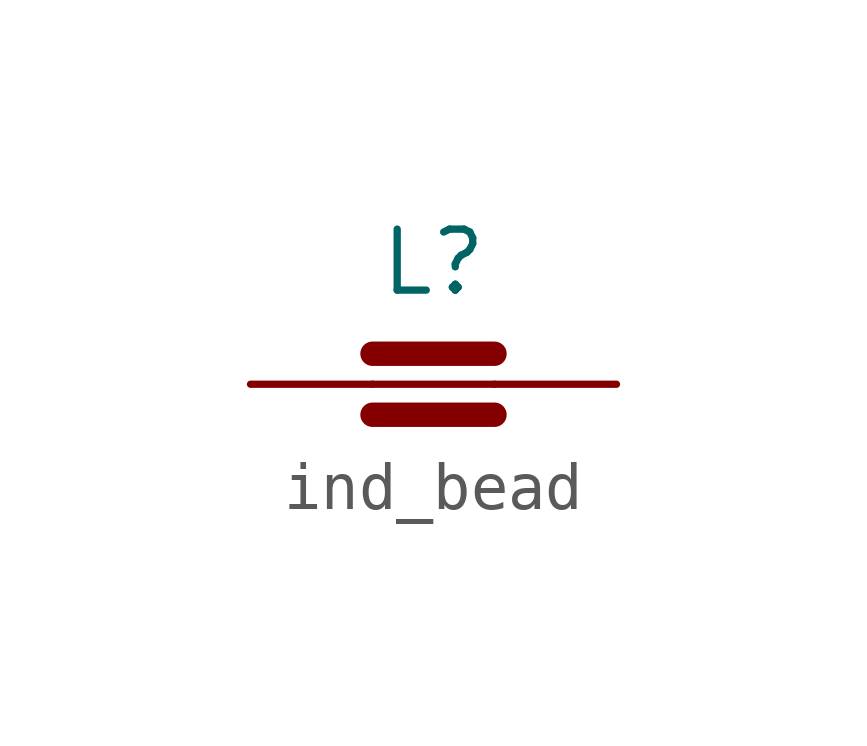
<source format=kicad_sym>
(kicad_symbol_lib
  (version 20241209)
  (generator "kicad_symbol_editor")
  (generator_version "9.0")
  (symbol "ind_bead"
    (pin_numbers
      (hide yes))
    (pin_names
      (offset 0)
      (hide yes))
    (property "Reference" "L"
      (at 3.81 2.54 0)
      (effects (font (size 1.27 1.27))))
    (symbol "ind_bead_0_1"
      (polyline (pts (xy 2.54 0.635) (xy 5.08 0.635)) (stroke (width 0.508) (type default)) (fill (type none)))
      (polyline (pts (xy 2.54 0) (xy 5.08 0)) (stroke (width 0) (type default)) (fill (type none)))
      (polyline (pts (xy 2.54 -0.635) (xy 5.08 -0.635)) (stroke (width 0.508) (type default)) (fill (type none))))
    (symbol "ind_bead_1_1"
      (pin passive line (at 0 0 0) (length 2.54) (name "~" (effects (font (size 1.27 1.27)))) (number "1" (effects (font (size 1.27 1.27)))))
      (pin passive line (at 7.62 0 180) (length 2.54) (name "~" (effects (font (size 1.27 1.27)))) (number "2" (effects (font (size 1.27 1.27))))))))
</source>
